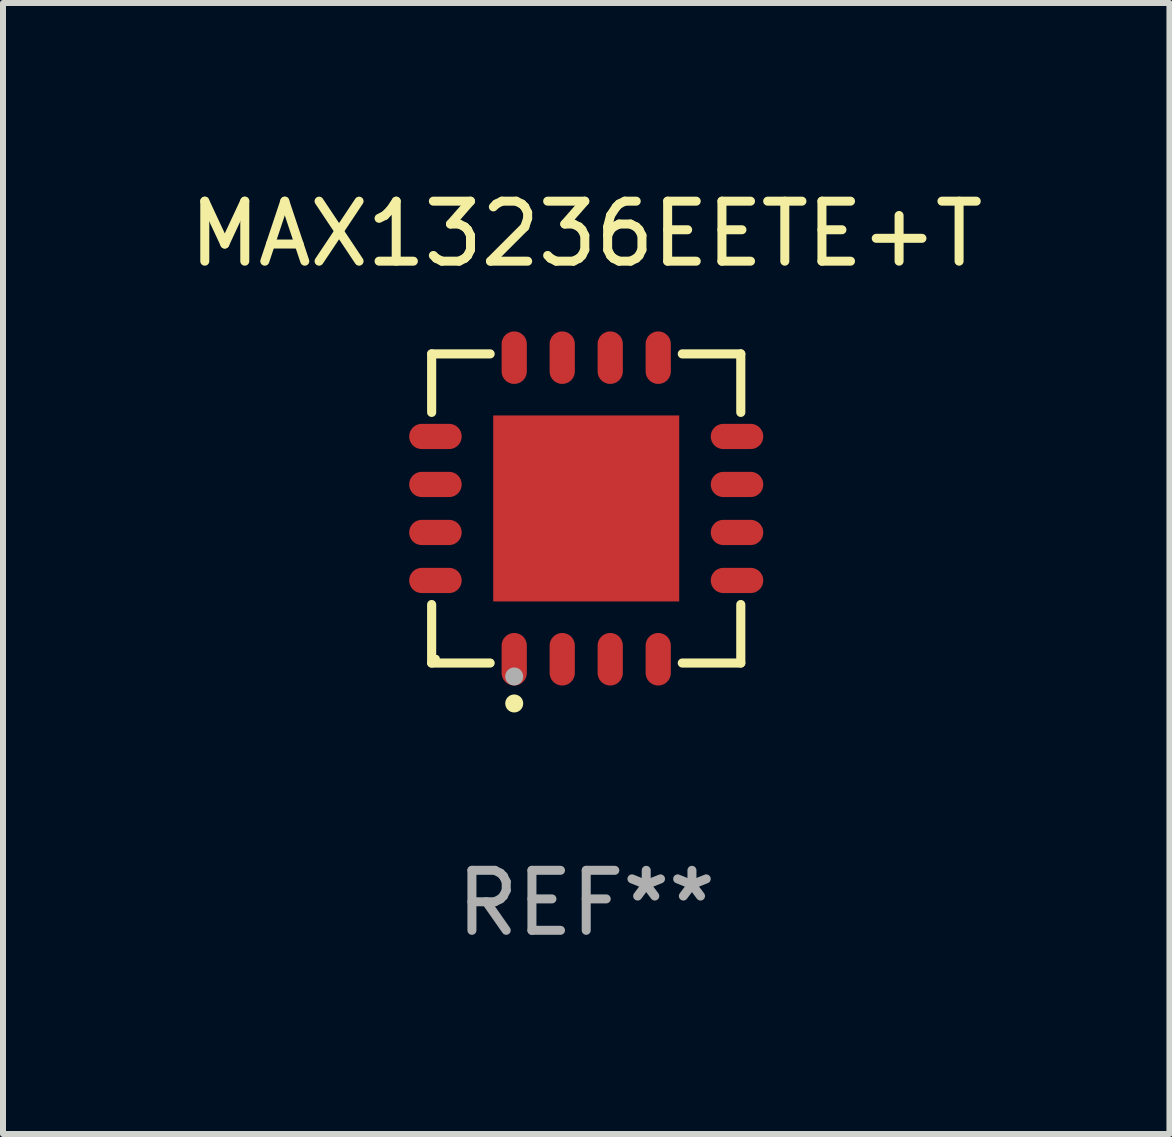
<source format=kicad_pcb>
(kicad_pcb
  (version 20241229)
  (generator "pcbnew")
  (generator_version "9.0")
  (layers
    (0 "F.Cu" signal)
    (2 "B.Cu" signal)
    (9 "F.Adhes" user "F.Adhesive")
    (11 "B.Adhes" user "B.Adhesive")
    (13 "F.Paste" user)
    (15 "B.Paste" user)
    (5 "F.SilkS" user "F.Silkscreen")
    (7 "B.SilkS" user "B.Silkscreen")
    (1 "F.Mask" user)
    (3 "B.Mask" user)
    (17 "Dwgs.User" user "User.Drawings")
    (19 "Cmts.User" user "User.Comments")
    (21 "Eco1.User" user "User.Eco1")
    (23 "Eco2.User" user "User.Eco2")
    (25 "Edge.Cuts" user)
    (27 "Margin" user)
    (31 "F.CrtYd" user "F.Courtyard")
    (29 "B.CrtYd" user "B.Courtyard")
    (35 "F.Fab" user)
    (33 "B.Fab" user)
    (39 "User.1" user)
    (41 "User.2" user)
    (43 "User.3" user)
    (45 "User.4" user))
  (footprint "MAX13236EETE+T"
    (layer "F.Cu")
    (at 6.72 5.424)
    (property "Reference" "MAX13236EETE+T" (at 0 -4.576 0) (layer "F.SilkS") (effects (font (size 1 1) (thickness 0.15))))
    (attr through_hole)
    (fp_line (start -2.576 -2.576) (end -1.601 -2.576) (stroke (width 0.152) (type solid)) (layer "F.SilkS"))
    (fp_line (start -2.576 -1.601) (end -2.576 -2.576) (stroke (width 0.152) (type solid)) (layer "F.SilkS"))
    (fp_line (start -2.576 1.601) (end -2.576 2.576) (stroke (width 0.152) (type solid)) (layer "F.SilkS"))
    (fp_line (start -2.576 2.576) (end -1.601 2.576) (stroke (width 0.152) (type solid)) (layer "F.SilkS"))
    (fp_line (start 2.576 -2.576) (end 1.601 -2.576) (stroke (width 0.152) (type solid)) (layer "F.SilkS"))
    (fp_line (start 2.576 -1.601) (end 2.576 -2.576) (stroke (width 0.152) (type solid)) (layer "F.SilkS"))
    (fp_line (start 2.576 1.601) (end 2.576 2.576) (stroke (width 0.152) (type solid)) (layer "F.SilkS"))
    (fp_line (start 2.576 2.576) (end 1.601 2.576) (stroke (width 0.152) (type solid)) (layer "F.SilkS"))
    (fp_circle (center -2.5 2.5) (end -2.47 2.5) (stroke (width 0.06) (type solid)) (fill no) (layer "F.SilkS"))
    (fp_circle (center -1.2 3.25) (end -1.125 3.25) (stroke (width 0.15) (type solid)) (fill no) (layer "F.SilkS"))
    (fp_circle (center -1.2 2.8) (end -1.125 2.8) (stroke (width 0.15) (type solid)) (fill no) (layer "F.Fab"))
    (fp_text user "REF**" (at 0 6.576 0) (layer "F.Fab") (effects (font (size 1 1) (thickness 0.15))))
    (pad "1" smd oval (at -1.2 2.513) (size 0.42 0.875) (layers "F.Cu" "F.Mask" "F.Paste"))
    (pad "2" smd oval (at -0.4 2.513) (size 0.42 0.875) (layers "F.Cu" "F.Mask" "F.Paste"))
    (pad "3" smd oval (at 0.4 2.513) (size 0.42 0.875) (layers "F.Cu" "F.Mask" "F.Paste"))
    (pad "4" smd oval (at 1.2 2.513) (size 0.42 0.875) (layers "F.Cu" "F.Mask" "F.Paste"))
    (pad "5" smd oval (at 2.513 1.2) (size 0.875 0.42) (layers "F.Cu" "F.Mask" "F.Paste"))
    (pad "6" smd oval (at 2.513 0.4) (size 0.875 0.42) (layers "F.Cu" "F.Mask" "F.Paste"))
    (pad "7" smd oval (at 2.513 -0.4) (size 0.875 0.42) (layers "F.Cu" "F.Mask" "F.Paste"))
    (pad "8" smd oval (at 2.513 -1.2) (size 0.875 0.42) (layers "F.Cu" "F.Mask" "F.Paste"))
    (pad "9" smd oval (at 1.2 -2.513) (size 0.42 0.875) (layers "F.Cu" "F.Mask" "F.Paste"))
    (pad "10" smd oval (at 0.4 -2.513) (size 0.42 0.875) (layers "F.Cu" "F.Mask" "F.Paste"))
    (pad "11" smd oval (at -0.4 -2.513) (size 0.42 0.875) (layers "F.Cu" "F.Mask" "F.Paste"))
    (pad "12" smd oval (at -1.2 -2.513) (size 0.42 0.875) (layers "F.Cu" "F.Mask" "F.Paste"))
    (pad "13" smd oval (at -2.513 -1.2) (size 0.875 0.42) (layers "F.Cu" "F.Mask" "F.Paste"))
    (pad "14" smd oval (at -2.513 -0.4) (size 0.875 0.42) (layers "F.Cu" "F.Mask" "F.Paste"))
    (pad "15" smd oval (at -2.513 0.4) (size 0.875 0.42) (layers "F.Cu" "F.Mask" "F.Paste"))
    (pad "16" smd oval (at -2.513 1.2) (size 0.875 0.42) (layers "F.Cu" "F.Mask" "F.Paste"))
    (pad "17" smd rect (at 0 0) (size 3.1 3.1) (layers "F.Cu" "F.Mask" "F.Paste")))
  (gr_rect
    (start -3 -3)
    (end 16.44 15.849)
    (stroke (width 0.1) (type default))
    (fill no)
    (layer "Edge.Cuts")))
</source>
